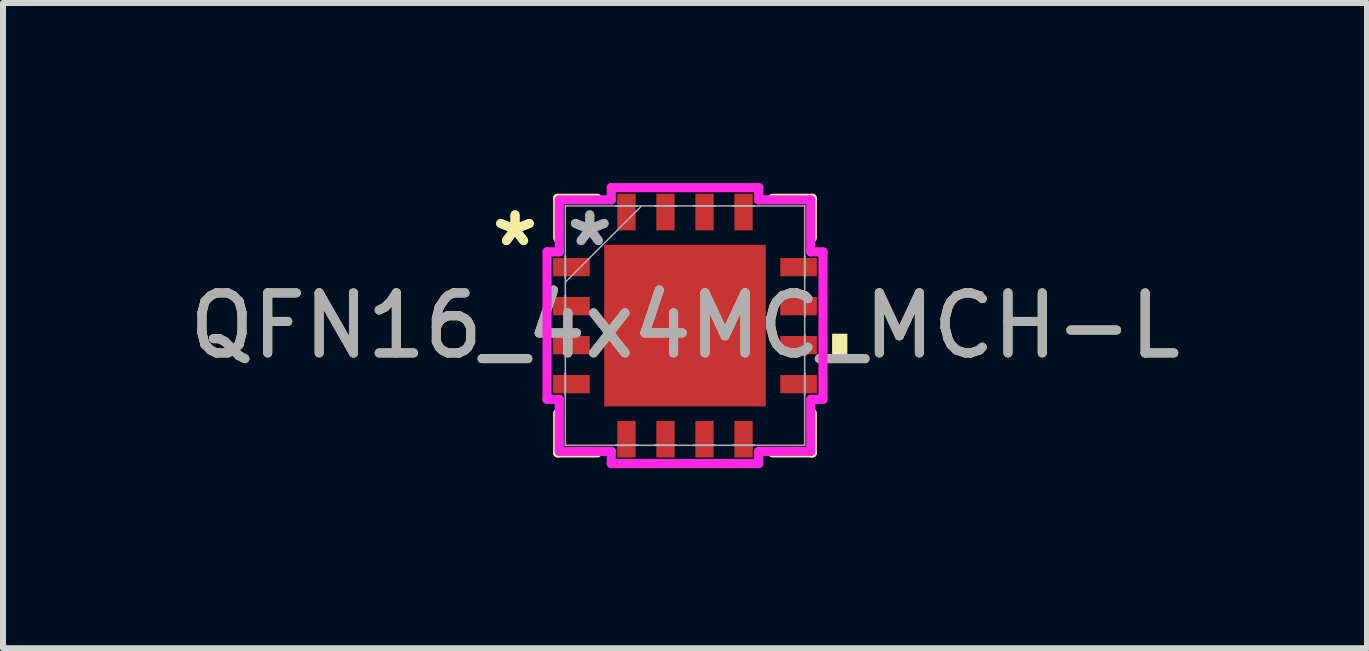
<source format=kicad_pcb>
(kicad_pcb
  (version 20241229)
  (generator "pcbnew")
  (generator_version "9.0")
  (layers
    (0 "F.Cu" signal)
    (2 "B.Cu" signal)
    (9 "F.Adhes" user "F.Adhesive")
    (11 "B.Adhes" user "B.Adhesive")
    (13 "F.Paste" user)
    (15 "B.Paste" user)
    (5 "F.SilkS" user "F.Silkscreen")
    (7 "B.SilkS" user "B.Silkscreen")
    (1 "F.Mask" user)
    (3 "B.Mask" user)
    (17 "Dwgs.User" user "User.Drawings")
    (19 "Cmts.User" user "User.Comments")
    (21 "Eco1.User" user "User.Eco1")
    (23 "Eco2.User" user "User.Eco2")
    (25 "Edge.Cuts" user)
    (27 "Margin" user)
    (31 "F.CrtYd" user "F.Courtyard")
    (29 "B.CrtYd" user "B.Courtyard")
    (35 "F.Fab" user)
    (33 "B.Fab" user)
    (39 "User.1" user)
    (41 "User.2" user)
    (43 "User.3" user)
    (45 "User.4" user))
  (footprint "QFN16_4x4MC_MCH-L"
    (layer "F.Cu")
    (at 8.363 2.375)
    (property "Reference" "QFN16_4x4MC_MCH-L" (at 0 0 0) (unlocked yes) (layer "F.SilkS") (effects (font (size 1 1) (thickness 0.15))))
    (attr smd)
    (fp_line (start -2.121 -2.121) (end -2.121 -1.46) (stroke (width 0.152) (type solid)) (layer "F.SilkS"))
    (fp_line (start -2.121 1.46) (end -2.121 2.121) (stroke (width 0.152) (type solid)) (layer "F.SilkS"))
    (fp_line (start -2.121 2.121) (end -1.46 2.121) (stroke (width 0.152) (type solid)) (layer "F.SilkS"))
    (fp_line (start -1.46 -2.121) (end -2.121 -2.121) (stroke (width 0.152) (type solid)) (layer "F.SilkS"))
    (fp_line (start 1.46 2.121) (end 2.121 2.121) (stroke (width 0.152) (type solid)) (layer "F.SilkS"))
    (fp_line (start 2.121 -2.121) (end 1.46 -2.121) (stroke (width 0.152) (type solid)) (layer "F.SilkS"))
    (fp_line (start 2.121 -1.46) (end 2.121 -2.121) (stroke (width 0.152) (type solid)) (layer "F.SilkS"))
    (fp_line (start 2.121 2.121) (end 2.121 1.46) (stroke (width 0.152) (type solid)) (layer "F.SilkS"))
    (fp_poly (pts (xy 2.705 0.135) (xy 2.705 0.516) (xy 2.451 0.516) (xy 2.451 0.135)) (stroke (width 0) (type solid)) (fill yes) (layer "F.SilkS"))
    (fp_poly (pts (xy -1.246 -1.246) (xy -1.246 -0.1) (xy -0.1 -0.1) (xy -0.1 -1.246)) (stroke (width 0) (type solid)) (fill yes) (layer "F.Paste"))
    (fp_poly (pts (xy -1.246 0.1) (xy -1.246 1.246) (xy -0.1 1.246) (xy -0.1 0.1)) (stroke (width 0) (type solid)) (fill yes) (layer "F.Paste"))
    (fp_poly (pts (xy 0.1 -1.246) (xy 0.1 -0.1) (xy 1.246 -0.1) (xy 1.246 -1.246)) (stroke (width 0) (type solid)) (fill yes) (layer "F.Paste"))
    (fp_poly (pts (xy 0.1 0.1) (xy 0.1 1.246) (xy 1.246 1.246) (xy 1.246 0.1)) (stroke (width 0) (type solid)) (fill yes) (layer "F.Paste"))
    (fp_line (start -2.299 -1.229) (end -2.095 -1.229) (stroke (width 0.152) (type solid)) (layer "F.CrtYd"))
    (fp_line (start -2.299 1.229) (end -2.299 -1.229) (stroke (width 0.152) (type solid)) (layer "F.CrtYd"))
    (fp_line (start -2.095 -2.095) (end -1.229 -2.095) (stroke (width 0.152) (type solid)) (layer "F.CrtYd"))
    (fp_line (start -2.095 -1.229) (end -2.095 -2.095) (stroke (width 0.152) (type solid)) (layer "F.CrtYd"))
    (fp_line (start -2.095 1.229) (end -2.299 1.229) (stroke (width 0.152) (type solid)) (layer "F.CrtYd"))
    (fp_line (start -2.095 2.095) (end -2.095 1.229) (stroke (width 0.152) (type solid)) (layer "F.CrtYd"))
    (fp_line (start -1.229 -2.299) (end 1.229 -2.299) (stroke (width 0.152) (type solid)) (layer "F.CrtYd"))
    (fp_line (start -1.229 -2.095) (end -1.229 -2.299) (stroke (width 0.152) (type solid)) (layer "F.CrtYd"))
    (fp_line (start -1.229 2.095) (end -2.095 2.095) (stroke (width 0.152) (type solid)) (layer "F.CrtYd"))
    (fp_line (start -1.229 2.299) (end -1.229 2.095) (stroke (width 0.152) (type solid)) (layer "F.CrtYd"))
    (fp_line (start 1.229 -2.299) (end 1.229 -2.095) (stroke (width 0.152) (type solid)) (layer "F.CrtYd"))
    (fp_line (start 1.229 -2.095) (end 2.095 -2.095) (stroke (width 0.152) (type solid)) (layer "F.CrtYd"))
    (fp_line (start 1.229 2.095) (end 1.229 2.299) (stroke (width 0.152) (type solid)) (layer "F.CrtYd"))
    (fp_line (start 1.229 2.299) (end -1.229 2.299) (stroke (width 0.152) (type solid)) (layer "F.CrtYd"))
    (fp_line (start 2.095 -2.095) (end 2.095 -1.229) (stroke (width 0.152) (type solid)) (layer "F.CrtYd"))
    (fp_line (start 2.095 -1.229) (end 2.299 -1.229) (stroke (width 0.152) (type solid)) (layer "F.CrtYd"))
    (fp_line (start 2.095 1.229) (end 2.095 2.095) (stroke (width 0.152) (type solid)) (layer "F.CrtYd"))
    (fp_line (start 2.095 2.095) (end 1.229 2.095) (stroke (width 0.152) (type solid)) (layer "F.CrtYd"))
    (fp_line (start 2.299 -1.229) (end 2.299 1.229) (stroke (width 0.152) (type solid)) (layer "F.CrtYd"))
    (fp_line (start 2.299 1.229) (end 2.095 1.229) (stroke (width 0.152) (type solid)) (layer "F.CrtYd"))
    (fp_line (start -1.994 -1.994) (end -1.994 -1.994) (stroke (width 0.025) (type solid)) (layer "F.Fab"))
    (fp_line (start -1.994 -1.994) (end -1.994 1.994) (stroke (width 0.025) (type solid)) (layer "F.Fab"))
    (fp_line (start -1.994 -1.153) (end -1.994 -1.153) (stroke (width 0.025) (type solid)) (layer "F.Fab"))
    (fp_line (start -1.994 -1.153) (end -1.994 -0.797) (stroke (width 0.025) (type solid)) (layer "F.Fab"))
    (fp_line (start -1.994 -0.797) (end -1.994 -1.153) (stroke (width 0.025) (type solid)) (layer "F.Fab"))
    (fp_line (start -1.994 -0.797) (end -1.994 -0.797) (stroke (width 0.025) (type solid)) (layer "F.Fab"))
    (fp_line (start -1.994 -0.724) (end -0.724 -1.994) (stroke (width 0.025) (type solid)) (layer "F.Fab"))
    (fp_line (start -1.994 -0.503) (end -1.994 -0.503) (stroke (width 0.025) (type solid)) (layer "F.Fab"))
    (fp_line (start -1.994 -0.503) (end -1.994 -0.147) (stroke (width 0.025) (type solid)) (layer "F.Fab"))
    (fp_line (start -1.994 -0.147) (end -1.994 -0.503) (stroke (width 0.025) (type solid)) (layer "F.Fab"))
    (fp_line (start -1.994 -0.147) (end -1.994 -0.147) (stroke (width 0.025) (type solid)) (layer "F.Fab"))
    (fp_line (start -1.994 0.147) (end -1.994 0.147) (stroke (width 0.025) (type solid)) (layer "F.Fab"))
    (fp_line (start -1.994 0.147) (end -1.994 0.503) (stroke (width 0.025) (type solid)) (layer "F.Fab"))
    (fp_line (start -1.994 0.503) (end -1.994 0.147) (stroke (width 0.025) (type solid)) (layer "F.Fab"))
    (fp_line (start -1.994 0.503) (end -1.994 0.503) (stroke (width 0.025) (type solid)) (layer "F.Fab"))
    (fp_line (start -1.994 0.797) (end -1.994 0.797) (stroke (width 0.025) (type solid)) (layer "F.Fab"))
    (fp_line (start -1.994 0.797) (end -1.994 1.153) (stroke (width 0.025) (type solid)) (layer "F.Fab"))
    (fp_line (start -1.994 1.153) (end -1.994 0.797) (stroke (width 0.025) (type solid)) (layer "F.Fab"))
    (fp_line (start -1.994 1.153) (end -1.994 1.153) (stroke (width 0.025) (type solid)) (layer "F.Fab"))
    (fp_line (start -1.994 1.994) (end -1.994 1.994) (stroke (width 0.025) (type solid)) (layer "F.Fab"))
    (fp_line (start -1.994 1.994) (end 1.994 1.994) (stroke (width 0.025) (type solid)) (layer "F.Fab"))
    (fp_line (start -1.153 -1.994) (end -1.153 -1.994) (stroke (width 0.025) (type solid)) (layer "F.Fab"))
    (fp_line (start -1.153 -1.994) (end -0.797 -1.994) (stroke (width 0.025) (type solid)) (layer "F.Fab"))
    (fp_line (start -1.153 1.994) (end -1.153 1.994) (stroke (width 0.025) (type solid)) (layer "F.Fab"))
    (fp_line (start -1.153 1.994) (end -0.797 1.994) (stroke (width 0.025) (type solid)) (layer "F.Fab"))
    (fp_line (start -0.797 -1.994) (end -1.153 -1.994) (stroke (width 0.025) (type solid)) (layer "F.Fab"))
    (fp_line (start -0.797 -1.994) (end -0.797 -1.994) (stroke (width 0.025) (type solid)) (layer "F.Fab"))
    (fp_line (start -0.797 1.994) (end -1.153 1.994) (stroke (width 0.025) (type solid)) (layer "F.Fab"))
    (fp_line (start -0.797 1.994) (end -0.797 1.994) (stroke (width 0.025) (type solid)) (layer "F.Fab"))
    (fp_line (start -0.503 -1.994) (end -0.503 -1.994) (stroke (width 0.025) (type solid)) (layer "F.Fab"))
    (fp_line (start -0.503 -1.994) (end -0.147 -1.994) (stroke (width 0.025) (type solid)) (layer "F.Fab"))
    (fp_line (start -0.503 1.994) (end -0.503 1.994) (stroke (width 0.025) (type solid)) (layer "F.Fab"))
    (fp_line (start -0.503 1.994) (end -0.147 1.994) (stroke (width 0.025) (type solid)) (layer "F.Fab"))
    (fp_line (start -0.147 -1.994) (end -0.503 -1.994) (stroke (width 0.025) (type solid)) (layer "F.Fab"))
    (fp_line (start -0.147 -1.994) (end -0.147 -1.994) (stroke (width 0.025) (type solid)) (layer "F.Fab"))
    (fp_line (start -0.147 1.994) (end -0.503 1.994) (stroke (width 0.025) (type solid)) (layer "F.Fab"))
    (fp_line (start -0.147 1.994) (end -0.147 1.994) (stroke (width 0.025) (type solid)) (layer "F.Fab"))
    (fp_line (start 0.147 -1.994) (end 0.147 -1.994) (stroke (width 0.025) (type solid)) (layer "F.Fab"))
    (fp_line (start 0.147 -1.994) (end 0.503 -1.994) (stroke (width 0.025) (type solid)) (layer "F.Fab"))
    (fp_line (start 0.147 1.994) (end 0.147 1.994) (stroke (width 0.025) (type solid)) (layer "F.Fab"))
    (fp_line (start 0.147 1.994) (end 0.503 1.994) (stroke (width 0.025) (type solid)) (layer "F.Fab"))
    (fp_line (start 0.503 -1.994) (end 0.147 -1.994) (stroke (width 0.025) (type solid)) (layer "F.Fab"))
    (fp_line (start 0.503 -1.994) (end 0.503 -1.994) (stroke (width 0.025) (type solid)) (layer "F.Fab"))
    (fp_line (start 0.503 1.994) (end 0.147 1.994) (stroke (width 0.025) (type solid)) (layer "F.Fab"))
    (fp_line (start 0.503 1.994) (end 0.503 1.994) (stroke (width 0.025) (type solid)) (layer "F.Fab"))
    (fp_line (start 0.797 -1.994) (end 0.797 -1.994) (stroke (width 0.025) (type solid)) (layer "F.Fab"))
    (fp_line (start 0.797 -1.994) (end 1.153 -1.994) (stroke (width 0.025) (type solid)) (layer "F.Fab"))
    (fp_line (start 0.797 1.994) (end 0.797 1.994) (stroke (width 0.025) (type solid)) (layer "F.Fab"))
    (fp_line (start 0.797 1.994) (end 1.153 1.994) (stroke (width 0.025) (type solid)) (layer "F.Fab"))
    (fp_line (start 1.153 -1.994) (end 0.797 -1.994) (stroke (width 0.025) (type solid)) (layer "F.Fab"))
    (fp_line (start 1.153 -1.994) (end 1.153 -1.994) (stroke (width 0.025) (type solid)) (layer "F.Fab"))
    (fp_line (start 1.153 1.994) (end 0.797 1.994) (stroke (width 0.025) (type solid)) (layer "F.Fab"))
    (fp_line (start 1.153 1.994) (end 1.153 1.994) (stroke (width 0.025) (type solid)) (layer "F.Fab"))
    (fp_line (start 1.994 -1.994) (end -1.994 -1.994) (stroke (width 0.025) (type solid)) (layer "F.Fab"))
    (fp_line (start 1.994 -1.994) (end 1.994 -1.994) (stroke (width 0.025) (type solid)) (layer "F.Fab"))
    (fp_line (start 1.994 -1.153) (end 1.994 -1.153) (stroke (width 0.025) (type solid)) (layer "F.Fab"))
    (fp_line (start 1.994 -1.153) (end 1.994 -0.797) (stroke (width 0.025) (type solid)) (layer "F.Fab"))
    (fp_line (start 1.994 -0.797) (end 1.994 -1.153) (stroke (width 0.025) (type solid)) (layer "F.Fab"))
    (fp_line (start 1.994 -0.797) (end 1.994 -0.797) (stroke (width 0.025) (type solid)) (layer "F.Fab"))
    (fp_line (start 1.994 -0.503) (end 1.994 -0.503) (stroke (width 0.025) (type solid)) (layer "F.Fab"))
    (fp_line (start 1.994 -0.503) (end 1.994 -0.147) (stroke (width 0.025) (type solid)) (layer "F.Fab"))
    (fp_line (start 1.994 -0.147) (end 1.994 -0.503) (stroke (width 0.025) (type solid)) (layer "F.Fab"))
    (fp_line (start 1.994 -0.147) (end 1.994 -0.147) (stroke (width 0.025) (type solid)) (layer "F.Fab"))
    (fp_line (start 1.994 0.147) (end 1.994 0.147) (stroke (width 0.025) (type solid)) (layer "F.Fab"))
    (fp_line (start 1.994 0.147) (end 1.994 0.503) (stroke (width 0.025) (type solid)) (layer "F.Fab"))
    (fp_line (start 1.994 0.503) (end 1.994 0.147) (stroke (width 0.025) (type solid)) (layer "F.Fab"))
    (fp_line (start 1.994 0.503) (end 1.994 0.503) (stroke (width 0.025) (type solid)) (layer "F.Fab"))
    (fp_line (start 1.994 0.797) (end 1.994 0.797) (stroke (width 0.025) (type solid)) (layer "F.Fab"))
    (fp_line (start 1.994 0.797) (end 1.994 1.153) (stroke (width 0.025) (type solid)) (layer "F.Fab"))
    (fp_line (start 1.994 1.153) (end 1.994 0.797) (stroke (width 0.025) (type solid)) (layer "F.Fab"))
    (fp_line (start 1.994 1.153) (end 1.994 1.153) (stroke (width 0.025) (type solid)) (layer "F.Fab"))
    (fp_line (start 1.994 1.994) (end 1.994 -1.994) (stroke (width 0.025) (type solid)) (layer "F.Fab"))
    (fp_line (start 1.994 1.994) (end 1.994 1.994) (stroke (width 0.025) (type solid)) (layer "F.Fab"))
    (fp_text user "*" (at -2.832 -1.3 0) (unlocked yes) (layer "F.SilkS") (effects (font (size 1 1) (thickness 0.15))))
    (fp_text user "*" (at -2.832 -1.3 0) (layer "F.SilkS") (effects (font (size 1 1) (thickness 0.15))))
    (fp_text user "${REFERENCE}" (at 0 0 0) (unlocked yes) (layer "F.Fab") (effects (font (size 1 1) (thickness 0.15))))
    (fp_text user "*" (at -1.587 -1.3 0) (layer "F.Fab") (effects (font (size 1 1) (thickness 0.15))))
    (fp_text user "*" (at -1.587 -1.3 0) (unlocked yes) (layer "F.Fab") (effects (font (size 1 1) (thickness 0.15))))
    (pad "1" smd rect (at -1.892 -0.975 90) (size 0.305 0.61) (layers "F.Cu" "F.Mask" "F.Paste"))
    (pad "2" smd rect (at -1.892 -0.325 90) (size 0.305 0.61) (layers "F.Cu" "F.Mask" "F.Paste"))
    (pad "3" smd rect (at -1.892 0.325 90) (size 0.305 0.61) (layers "F.Cu" "F.Mask" "F.Paste"))
    (pad "4" smd rect (at -1.892 0.975 90) (size 0.305 0.61) (layers "F.Cu" "F.Mask" "F.Paste"))
    (pad "5" smd rect (at -0.975 1.892) (size 0.305 0.61) (layers "F.Cu" "F.Mask" "F.Paste"))
    (pad "6" smd rect (at -0.325 1.892) (size 0.305 0.61) (layers "F.Cu" "F.Mask" "F.Paste"))
    (pad "7" smd rect (at 0.325 1.892) (size 0.305 0.61) (layers "F.Cu" "F.Mask" "F.Paste"))
    (pad "8" smd rect (at 0.975 1.892) (size 0.305 0.61) (layers "F.Cu" "F.Mask" "F.Paste"))
    (pad "9" smd rect (at 1.892 0.975 90) (size 0.305 0.61) (layers "F.Cu" "F.Mask" "F.Paste"))
    (pad "10" smd rect (at 1.892 0.325 90) (size 0.305 0.61) (layers "F.Cu" "F.Mask" "F.Paste"))
    (pad "11" smd rect (at 1.892 -0.325 90) (size 0.305 0.61) (layers "F.Cu" "F.Mask" "F.Paste"))
    (pad "12" smd rect (at 1.892 -0.975 90) (size 0.305 0.61) (layers "F.Cu" "F.Mask" "F.Paste"))
    (pad "13" smd rect (at 0.975 -1.892) (size 0.305 0.61) (layers "F.Cu" "F.Mask" "F.Paste"))
    (pad "14" smd rect (at 0.325 -1.892) (size 0.305 0.61) (layers "F.Cu" "F.Mask" "F.Paste"))
    (pad "15" smd rect (at -0.325 -1.892) (size 0.305 0.61) (layers "F.Cu" "F.Mask" "F.Paste"))
    (pad "16" smd rect (at -0.975 -1.892) (size 0.305 0.61) (layers "F.Cu" "F.Mask" "F.Paste"))
    (pad "17" smd rect (at 0 0) (size 2.692 2.692) (layers "F.Cu" "F.Mask")))
  (gr_rect
    (start -3 -3)
    (end 19.726 7.75)
    (stroke (width 0.1) (type default))
    (fill no)
    (layer "Edge.Cuts")))
</source>
